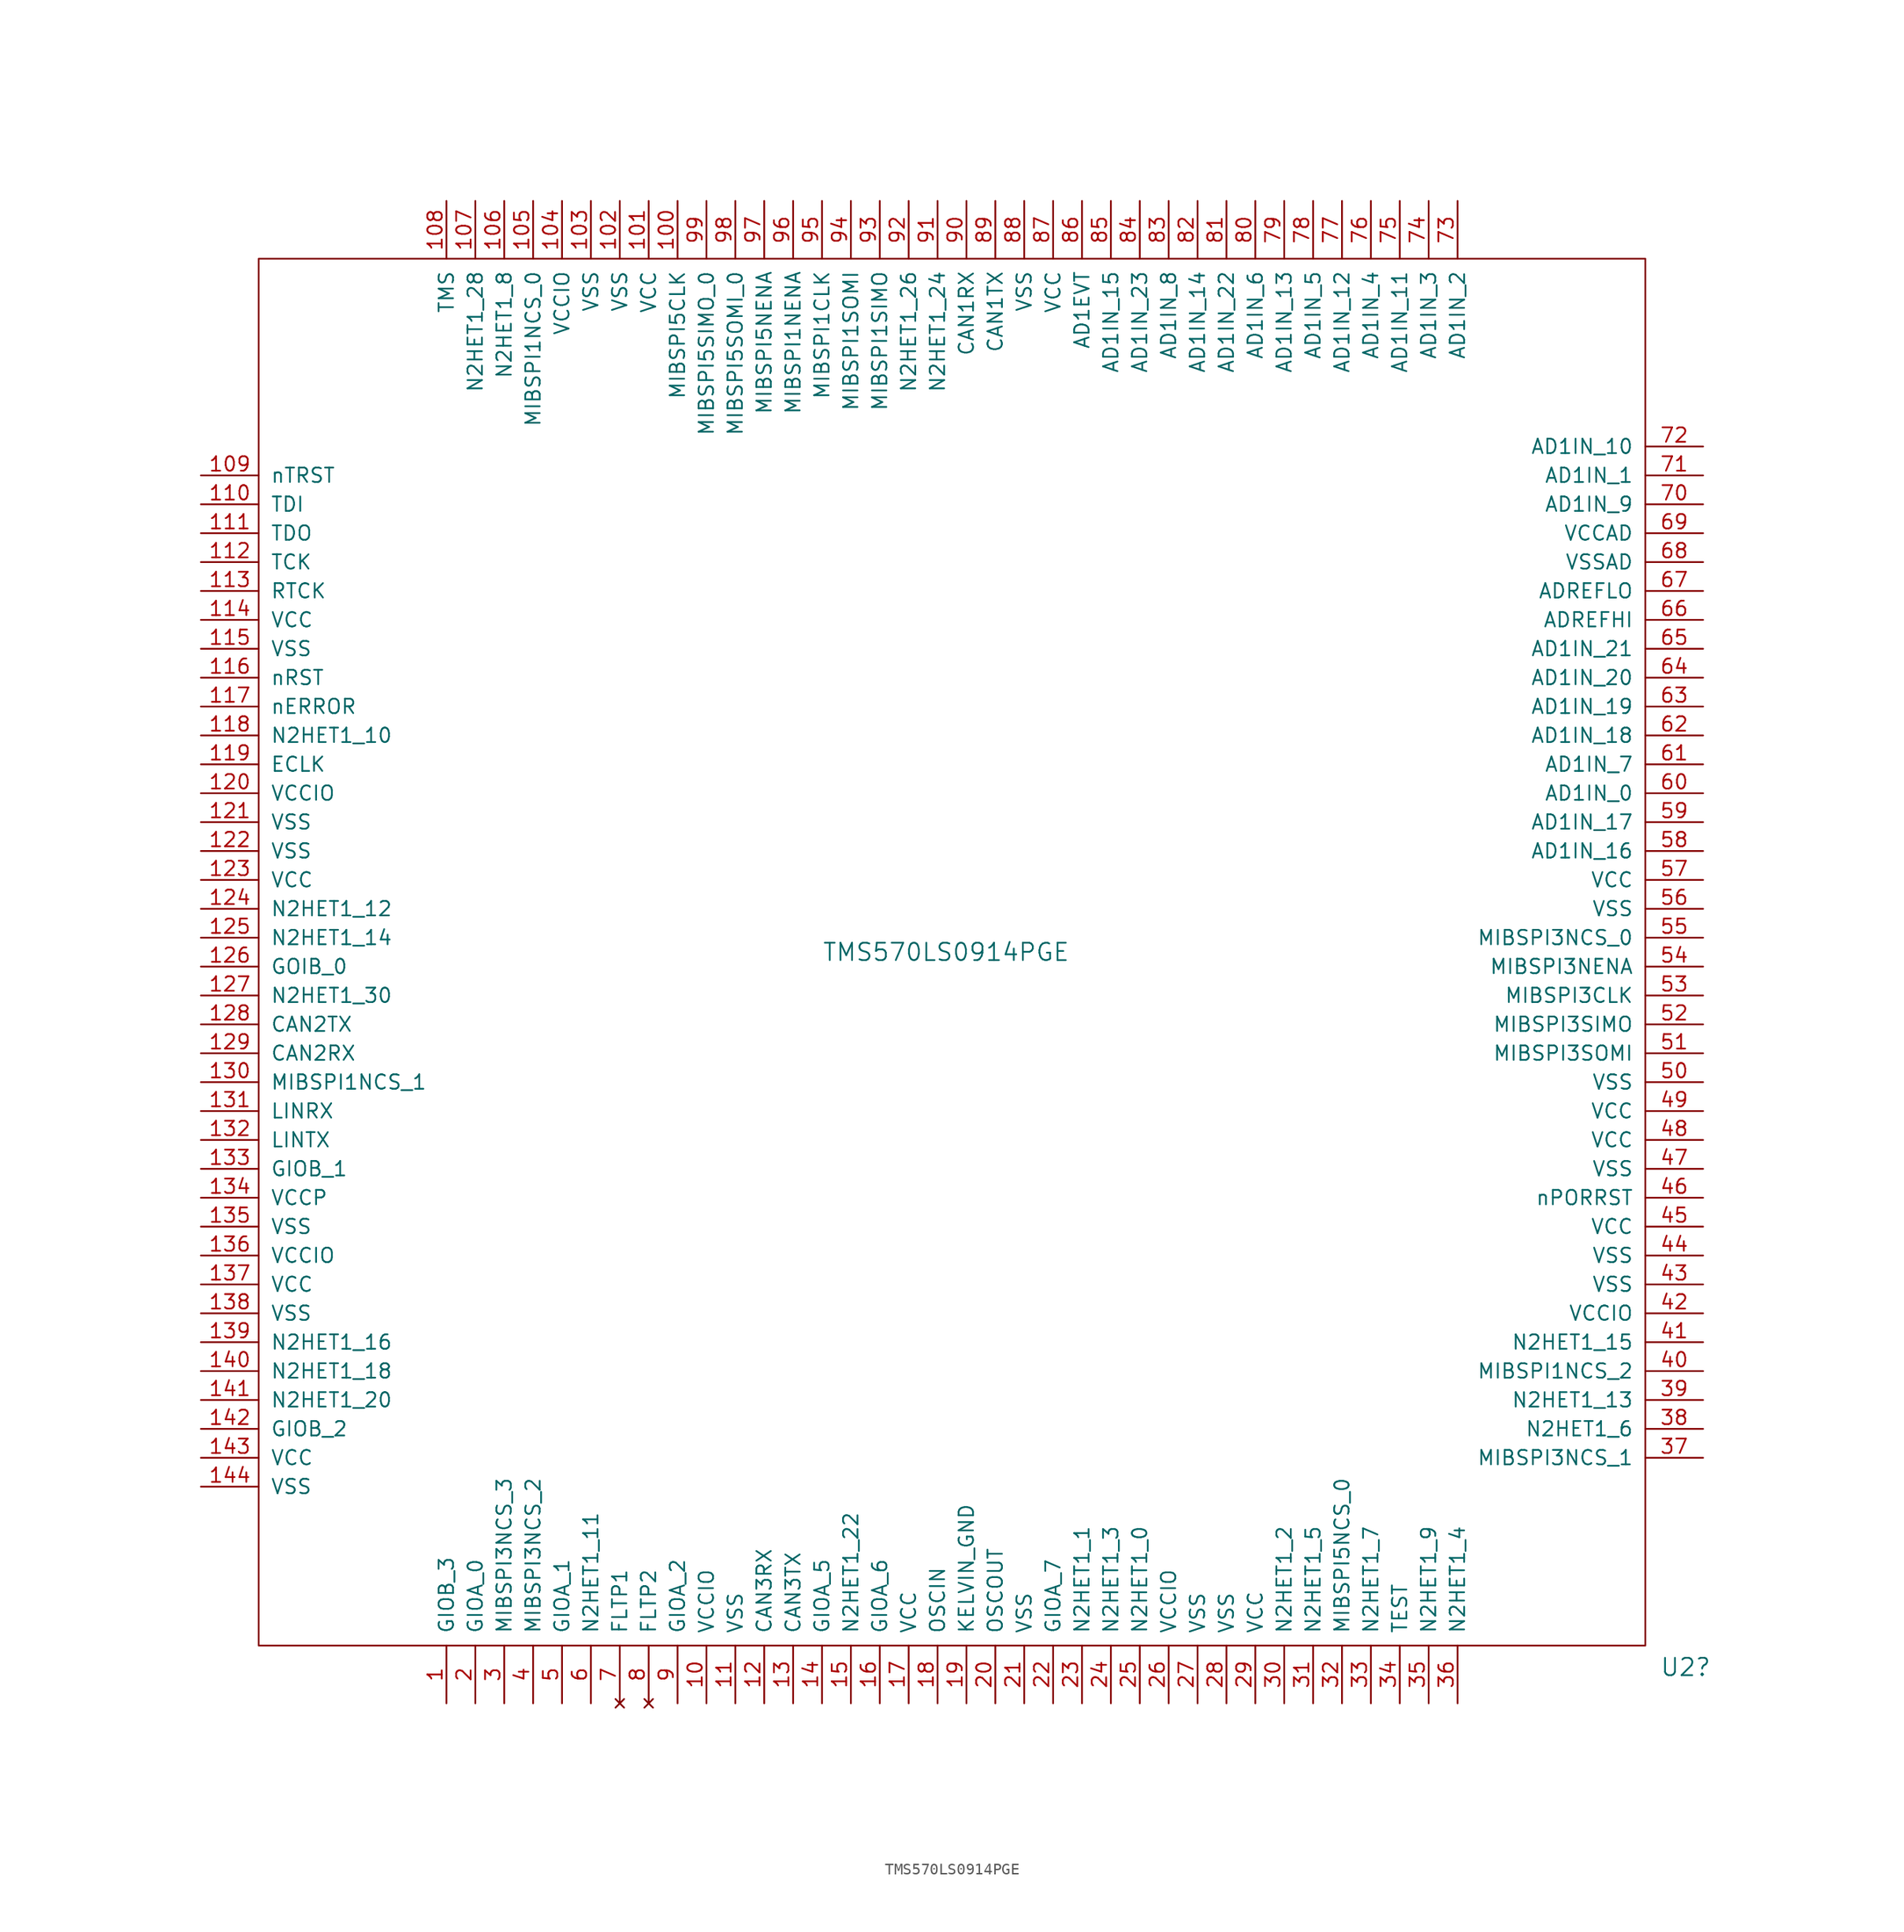
<source format=kicad_sym>
(kicad_symbol_lib
  (version 20220914)
  (generator kicad_symbol_editor)
  (symbol "TMS570LS0914PGE"
    (pin_names
      (offset 1.016))
    (property "Reference" "U2"
      (at 62.23 -62.865 0)
      (effects (font (size 1.524 1.524)) (justify left)))
    (property "Value" "TMS570LS0914PGE"
      (at -11.43 0 0)
      (effects (font (size 1.524 1.524)) (justify left)))
    (symbol "TMS570LS0914PGE_0_1"
      (rectangle (start -60.96 -60.96) (end 60.96 60.96) (stroke (width 0) (type default)) (fill (type none))))
    (symbol "TMS570LS0914PGE_1_1"
      (pin bidirectional line (at -44.45 -66.04 90) (length 5.08) (name "GIOB_3" (effects (font (size 1.27 1.27)))) (number "1" (effects (font (size 1.27 1.27)))))
      (pin power_in line (at -21.59 -66.04 90) (length 5.08) (name "VCCIO" (effects (font (size 1.27 1.27)))) (number "10" (effects (font (size 1.27 1.27)))))
      (pin bidirectional line (at -24.13 66.04 270) (length 5.08) (name "MIBSPI5CLK" (effects (font (size 1.27 1.27)))) (number "100" (effects (font (size 1.27 1.27)))))
      (pin input line (at -26.67 66.04 270) (length 5.08) (name "VCC" (effects (font (size 1.27 1.27)))) (number "101" (effects (font (size 1.27 1.27)))))
      (pin input line (at -29.21 66.04 270) (length 5.08) (name "VSS" (effects (font (size 1.27 1.27)))) (number "102" (effects (font (size 1.27 1.27)))))
      (pin input line (at -31.75 66.04 270) (length 5.08) (name "VSS" (effects (font (size 1.27 1.27)))) (number "103" (effects (font (size 1.27 1.27)))))
      (pin input line (at -34.29 66.04 270) (length 5.08) (name "VCCIO" (effects (font (size 1.27 1.27)))) (number "104" (effects (font (size 1.27 1.27)))))
      (pin bidirectional line (at -36.83 66.04 270) (length 5.08) (name "MIBSPI1NCS_0" (effects (font (size 1.27 1.27)))) (number "105" (effects (font (size 1.27 1.27)))))
      (pin bidirectional line (at -39.37 66.04 270) (length 5.08) (name "N2HET1_8" (effects (font (size 1.27 1.27)))) (number "106" (effects (font (size 1.27 1.27)))))
      (pin bidirectional line (at -41.91 66.04 270) (length 5.08) (name "N2HET1_28" (effects (font (size 1.27 1.27)))) (number "107" (effects (font (size 1.27 1.27)))))
      (pin input line (at -44.45 66.04 270) (length 5.08) (name "TMS" (effects (font (size 1.27 1.27)))) (number "108" (effects (font (size 1.27 1.27)))))
      (pin input line (at -66.04 41.91 0) (length 5.08) (name "nTRST" (effects (font (size 1.27 1.27)))) (number "109" (effects (font (size 1.27 1.27)))))
      (pin passive line (at -19.05 -66.04 90) (length 5.08) (name "VSS" (effects (font (size 1.27 1.27)))) (number "11" (effects (font (size 1.27 1.27)))))
      (pin input line (at -66.04 39.37 0) (length 5.08) (name "TDI" (effects (font (size 1.27 1.27)))) (number "110" (effects (font (size 1.27 1.27)))))
      (pin output line (at -66.04 36.83 0) (length 5.08) (name "TDO" (effects (font (size 1.27 1.27)))) (number "111" (effects (font (size 1.27 1.27)))))
      (pin input line (at -66.04 34.29 0) (length 5.08) (name "TCK" (effects (font (size 1.27 1.27)))) (number "112" (effects (font (size 1.27 1.27)))))
      (pin output line (at -66.04 31.75 0) (length 5.08) (name "RTCK" (effects (font (size 1.27 1.27)))) (number "113" (effects (font (size 1.27 1.27)))))
      (pin input line (at -66.04 29.21 0) (length 5.08) (name "VCC" (effects (font (size 1.27 1.27)))) (number "114" (effects (font (size 1.27 1.27)))))
      (pin input line (at -66.04 26.67 0) (length 5.08) (name "VSS" (effects (font (size 1.27 1.27)))) (number "115" (effects (font (size 1.27 1.27)))))
      (pin input line (at -66.04 24.13 0) (length 5.08) (name "nRST" (effects (font (size 1.27 1.27)))) (number "116" (effects (font (size 1.27 1.27)))))
      (pin open_collector line (at -66.04 21.59 0) (length 5.08) (name "nERROR" (effects (font (size 1.27 1.27)))) (number "117" (effects (font (size 1.27 1.27)))))
      (pin bidirectional line (at -66.04 19.05 0) (length 5.08) (name "N2HET1_10" (effects (font (size 1.27 1.27)))) (number "118" (effects (font (size 1.27 1.27)))))
      (pin input line (at -66.04 16.51 0) (length 5.08) (name "ECLK" (effects (font (size 1.27 1.27)))) (number "119" (effects (font (size 1.27 1.27)))))
      (pin input line (at -16.51 -66.04 90) (length 5.08) (name "CAN3RX" (effects (font (size 1.27 1.27)))) (number "12" (effects (font (size 1.27 1.27)))))
      (pin input line (at -66.04 13.97 0) (length 5.08) (name "VCCIO" (effects (font (size 1.27 1.27)))) (number "120" (effects (font (size 1.27 1.27)))))
      (pin input line (at -66.04 11.43 0) (length 5.08) (name "VSS" (effects (font (size 1.27 1.27)))) (number "121" (effects (font (size 1.27 1.27)))))
      (pin input line (at -66.04 8.89 0) (length 5.08) (name "VSS" (effects (font (size 1.27 1.27)))) (number "122" (effects (font (size 1.27 1.27)))))
      (pin input line (at -66.04 6.35 0) (length 5.08) (name "VCC" (effects (font (size 1.27 1.27)))) (number "123" (effects (font (size 1.27 1.27)))))
      (pin bidirectional line (at -66.04 3.81 0) (length 5.08) (name "N2HET1_12" (effects (font (size 1.27 1.27)))) (number "124" (effects (font (size 1.27 1.27)))))
      (pin bidirectional line (at -66.04 1.27 0) (length 5.08) (name "N2HET1_14" (effects (font (size 1.27 1.27)))) (number "125" (effects (font (size 1.27 1.27)))))
      (pin bidirectional line (at -66.04 -1.27 0) (length 5.08) (name "GOIB_0" (effects (font (size 1.27 1.27)))) (number "126" (effects (font (size 1.27 1.27)))))
      (pin bidirectional line (at -66.04 -3.81 0) (length 5.08) (name "N2HET1_30" (effects (font (size 1.27 1.27)))) (number "127" (effects (font (size 1.27 1.27)))))
      (pin output line (at -66.04 -6.35 0) (length 5.08) (name "CAN2TX" (effects (font (size 1.27 1.27)))) (number "128" (effects (font (size 1.27 1.27)))))
      (pin input line (at -66.04 -8.89 0) (length 5.08) (name "CAN2RX" (effects (font (size 1.27 1.27)))) (number "129" (effects (font (size 1.27 1.27)))))
      (pin output line (at -13.97 -66.04 90) (length 5.08) (name "CAN3TX" (effects (font (size 1.27 1.27)))) (number "13" (effects (font (size 1.27 1.27)))))
      (pin bidirectional line (at -66.04 -11.43 0) (length 5.08) (name "MIBSPI1NCS_1" (effects (font (size 1.27 1.27)))) (number "130" (effects (font (size 1.27 1.27)))))
      (pin input line (at -66.04 -13.97 0) (length 5.08) (name "LINRX" (effects (font (size 1.27 1.27)))) (number "131" (effects (font (size 1.27 1.27)))))
      (pin output line (at -66.04 -16.51 0) (length 5.08) (name "LINTX" (effects (font (size 1.27 1.27)))) (number "132" (effects (font (size 1.27 1.27)))))
      (pin bidirectional line (at -66.04 -19.05 0) (length 5.08) (name "GIOB_1" (effects (font (size 1.27 1.27)))) (number "133" (effects (font (size 1.27 1.27)))))
      (pin input line (at -66.04 -21.59 0) (length 5.08) (name "VCCP" (effects (font (size 1.27 1.27)))) (number "134" (effects (font (size 1.27 1.27)))))
      (pin input line (at -66.04 -24.13 0) (length 5.08) (name "VSS" (effects (font (size 1.27 1.27)))) (number "135" (effects (font (size 1.27 1.27)))))
      (pin input line (at -66.04 -26.67 0) (length 5.08) (name "VCCIO" (effects (font (size 1.27 1.27)))) (number "136" (effects (font (size 1.27 1.27)))))
      (pin input line (at -66.04 -29.21 0) (length 5.08) (name "VCC" (effects (font (size 1.27 1.27)))) (number "137" (effects (font (size 1.27 1.27)))))
      (pin input line (at -66.04 -31.75 0) (length 5.08) (name "VSS" (effects (font (size 1.27 1.27)))) (number "138" (effects (font (size 1.27 1.27)))))
      (pin bidirectional line (at -66.04 -34.29 0) (length 5.08) (name "N2HET1_16" (effects (font (size 1.27 1.27)))) (number "139" (effects (font (size 1.27 1.27)))))
      (pin bidirectional line (at -11.43 -66.04 90) (length 5.08) (name "GIOA_5" (effects (font (size 1.27 1.27)))) (number "14" (effects (font (size 1.27 1.27)))))
      (pin bidirectional line (at -66.04 -36.83 0) (length 5.08) (name "N2HET1_18" (effects (font (size 1.27 1.27)))) (number "140" (effects (font (size 1.27 1.27)))))
      (pin bidirectional line (at -66.04 -39.37 0) (length 5.08) (name "N2HET1_20" (effects (font (size 1.27 1.27)))) (number "141" (effects (font (size 1.27 1.27)))))
      (pin bidirectional line (at -66.04 -41.91 0) (length 5.08) (name "GIOB_2" (effects (font (size 1.27 1.27)))) (number "142" (effects (font (size 1.27 1.27)))))
      (pin input line (at -66.04 -44.45 0) (length 5.08) (name "VCC" (effects (font (size 1.27 1.27)))) (number "143" (effects (font (size 1.27 1.27)))))
      (pin input line (at -66.04 -46.99 0) (length 5.08) (name "VSS" (effects (font (size 1.27 1.27)))) (number "144" (effects (font (size 1.27 1.27)))))
      (pin bidirectional line (at -8.89 -66.04 90) (length 5.08) (name "N2HET1_22" (effects (font (size 1.27 1.27)))) (number "15" (effects (font (size 1.27 1.27)))))
      (pin bidirectional line (at -6.35 -66.04 90) (length 5.08) (name "GIOA_6" (effects (font (size 1.27 1.27)))) (number "16" (effects (font (size 1.27 1.27)))))
      (pin power_in line (at -3.81 -66.04 90) (length 5.08) (name "VCC" (effects (font (size 1.27 1.27)))) (number "17" (effects (font (size 1.27 1.27)))))
      (pin passive line (at -1.27 -66.04 90) (length 5.08) (name "OSCIN" (effects (font (size 1.27 1.27)))) (number "18" (effects (font (size 1.27 1.27)))))
      (pin passive line (at 1.27 -66.04 90) (length 5.08) (name "KELVIN_GND" (effects (font (size 1.27 1.27)))) (number "19" (effects (font (size 1.27 1.27)))))
      (pin bidirectional line (at -41.91 -66.04 90) (length 5.08) (name "GIOA_0" (effects (font (size 1.27 1.27)))) (number "2" (effects (font (size 1.27 1.27)))))
      (pin passive line (at 3.81 -66.04 90) (length 5.08) (name "OSCOUT" (effects (font (size 1.27 1.27)))) (number "20" (effects (font (size 1.27 1.27)))))
      (pin passive line (at 6.35 -66.04 90) (length 5.08) (name "VSS" (effects (font (size 1.27 1.27)))) (number "21" (effects (font (size 1.27 1.27)))))
      (pin bidirectional line (at 8.89 -66.04 90) (length 5.08) (name "GIOA_7" (effects (font (size 1.27 1.27)))) (number "22" (effects (font (size 1.27 1.27)))))
      (pin bidirectional line (at 11.43 -66.04 90) (length 5.08) (name "N2HET1_1" (effects (font (size 1.27 1.27)))) (number "23" (effects (font (size 1.27 1.27)))))
      (pin bidirectional line (at 13.97 -66.04 90) (length 5.08) (name "N2HET1_3" (effects (font (size 1.27 1.27)))) (number "24" (effects (font (size 1.27 1.27)))))
      (pin bidirectional line (at 16.51 -66.04 90) (length 5.08) (name "N2HET1_0" (effects (font (size 1.27 1.27)))) (number "25" (effects (font (size 1.27 1.27)))))
      (pin power_in line (at 19.05 -66.04 90) (length 5.08) (name "VCCIO" (effects (font (size 1.27 1.27)))) (number "26" (effects (font (size 1.27 1.27)))))
      (pin passive line (at 21.59 -66.04 90) (length 5.08) (name "VSS" (effects (font (size 1.27 1.27)))) (number "27" (effects (font (size 1.27 1.27)))))
      (pin passive line (at 24.13 -66.04 90) (length 5.08) (name "VSS" (effects (font (size 1.27 1.27)))) (number "28" (effects (font (size 1.27 1.27)))))
      (pin power_in line (at 26.67 -66.04 90) (length 5.08) (name "VCC" (effects (font (size 1.27 1.27)))) (number "29" (effects (font (size 1.27 1.27)))))
      (pin bidirectional line (at -39.37 -66.04 90) (length 5.08) (name "MIBSPI3NCS_3" (effects (font (size 1.27 1.27)))) (number "3" (effects (font (size 1.27 1.27)))))
      (pin bidirectional line (at 29.21 -66.04 90) (length 5.08) (name "N2HET1_2" (effects (font (size 1.27 1.27)))) (number "30" (effects (font (size 1.27 1.27)))))
      (pin bidirectional line (at 31.75 -66.04 90) (length 5.08) (name "N2HET1_5" (effects (font (size 1.27 1.27)))) (number "31" (effects (font (size 1.27 1.27)))))
      (pin bidirectional line (at 34.29 -66.04 90) (length 5.08) (name "MIBSPI5NCS_0" (effects (font (size 1.27 1.27)))) (number "32" (effects (font (size 1.27 1.27)))))
      (pin bidirectional line (at 36.83 -66.04 90) (length 5.08) (name "N2HET1_7" (effects (font (size 1.27 1.27)))) (number "33" (effects (font (size 1.27 1.27)))))
      (pin input line (at 39.37 -66.04 90) (length 5.08) (name "TEST" (effects (font (size 1.27 1.27)))) (number "34" (effects (font (size 1.27 1.27)))))
      (pin bidirectional line (at 41.91 -66.04 90) (length 5.08) (name "N2HET1_9" (effects (font (size 1.27 1.27)))) (number "35" (effects (font (size 1.27 1.27)))))
      (pin bidirectional line (at 44.45 -66.04 90) (length 5.08) (name "N2HET1_4" (effects (font (size 1.27 1.27)))) (number "36" (effects (font (size 1.27 1.27)))))
      (pin bidirectional line (at 66.04 -44.45 180) (length 5.08) (name "MIBSPI3NCS_1" (effects (font (size 1.27 1.27)))) (number "37" (effects (font (size 1.27 1.27)))))
      (pin bidirectional line (at 66.04 -41.91 180) (length 5.08) (name "N2HET1_6" (effects (font (size 1.27 1.27)))) (number "38" (effects (font (size 1.27 1.27)))))
      (pin bidirectional line (at 66.04 -39.37 180) (length 5.08) (name "N2HET1_13" (effects (font (size 1.27 1.27)))) (number "39" (effects (font (size 1.27 1.27)))))
      (pin bidirectional line (at -36.83 -66.04 90) (length 5.08) (name "MIBSPI3NCS_2" (effects (font (size 1.27 1.27)))) (number "4" (effects (font (size 1.27 1.27)))))
      (pin bidirectional line (at 66.04 -36.83 180) (length 5.08) (name "MIBSPI1NCS_2" (effects (font (size 1.27 1.27)))) (number "40" (effects (font (size 1.27 1.27)))))
      (pin bidirectional line (at 66.04 -34.29 180) (length 5.08) (name "N2HET1_15" (effects (font (size 1.27 1.27)))) (number "41" (effects (font (size 1.27 1.27)))))
      (pin power_in line (at 66.04 -31.75 180) (length 5.08) (name "VCCIO" (effects (font (size 1.27 1.27)))) (number "42" (effects (font (size 1.27 1.27)))))
      (pin input line (at 66.04 -29.21 180) (length 5.08) (name "VSS" (effects (font (size 1.27 1.27)))) (number "43" (effects (font (size 1.27 1.27)))))
      (pin input line (at 66.04 -26.67 180) (length 5.08) (name "VSS" (effects (font (size 1.27 1.27)))) (number "44" (effects (font (size 1.27 1.27)))))
      (pin input line (at 66.04 -24.13 180) (length 5.08) (name "VCC" (effects (font (size 1.27 1.27)))) (number "45" (effects (font (size 1.27 1.27)))))
      (pin input line (at 66.04 -21.59 180) (length 5.08) (name "nPORRST" (effects (font (size 1.27 1.27)))) (number "46" (effects (font (size 1.27 1.27)))))
      (pin input line (at 66.04 -19.05 180) (length 5.08) (name "VSS" (effects (font (size 1.27 1.27)))) (number "47" (effects (font (size 1.27 1.27)))))
      (pin input line (at 66.04 -16.51 180) (length 5.08) (name "VCC" (effects (font (size 1.27 1.27)))) (number "48" (effects (font (size 1.27 1.27)))))
      (pin input line (at 66.04 -13.97 180) (length 5.08) (name "VCC" (effects (font (size 1.27 1.27)))) (number "49" (effects (font (size 1.27 1.27)))))
      (pin bidirectional line (at -34.29 -66.04 90) (length 5.08) (name "GIOA_1" (effects (font (size 1.27 1.27)))) (number "5" (effects (font (size 1.27 1.27)))))
      (pin input line (at 66.04 -11.43 180) (length 5.08) (name "VSS" (effects (font (size 1.27 1.27)))) (number "50" (effects (font (size 1.27 1.27)))))
      (pin bidirectional line (at 66.04 -8.89 180) (length 5.08) (name "MIBSPI3SOMI" (effects (font (size 1.27 1.27)))) (number "51" (effects (font (size 1.27 1.27)))))
      (pin bidirectional line (at 66.04 -6.35 180) (length 5.08) (name "MIBSPI3SIMO" (effects (font (size 1.27 1.27)))) (number "52" (effects (font (size 1.27 1.27)))))
      (pin bidirectional line (at 66.04 -3.81 180) (length 5.08) (name "MIBSPI3CLK" (effects (font (size 1.27 1.27)))) (number "53" (effects (font (size 1.27 1.27)))))
      (pin bidirectional line (at 66.04 -1.27 180) (length 5.08) (name "MIBSPI3NENA" (effects (font (size 1.27 1.27)))) (number "54" (effects (font (size 1.27 1.27)))))
      (pin bidirectional line (at 66.04 1.27 180) (length 5.08) (name "MIBSPI3NCS_0" (effects (font (size 1.27 1.27)))) (number "55" (effects (font (size 1.27 1.27)))))
      (pin input line (at 66.04 3.81 180) (length 5.08) (name "VSS" (effects (font (size 1.27 1.27)))) (number "56" (effects (font (size 1.27 1.27)))))
      (pin input line (at 66.04 6.35 180) (length 5.08) (name "VCC" (effects (font (size 1.27 1.27)))) (number "57" (effects (font (size 1.27 1.27)))))
      (pin bidirectional line (at 66.04 8.89 180) (length 5.08) (name "AD1IN_16" (effects (font (size 1.27 1.27)))) (number "58" (effects (font (size 1.27 1.27)))))
      (pin bidirectional line (at 66.04 11.43 180) (length 5.08) (name "AD1IN_17" (effects (font (size 1.27 1.27)))) (number "59" (effects (font (size 1.27 1.27)))))
      (pin bidirectional line (at -31.75 -66.04 90) (length 5.08) (name "N2HET1_11" (effects (font (size 1.27 1.27)))) (number "6" (effects (font (size 1.27 1.27)))))
      (pin bidirectional line (at 66.04 13.97 180) (length 5.08) (name "AD1IN_0" (effects (font (size 1.27 1.27)))) (number "60" (effects (font (size 1.27 1.27)))))
      (pin bidirectional line (at 66.04 16.51 180) (length 5.08) (name "AD1IN_7" (effects (font (size 1.27 1.27)))) (number "61" (effects (font (size 1.27 1.27)))))
      (pin bidirectional line (at 66.04 19.05 180) (length 5.08) (name "AD1IN_18" (effects (font (size 1.27 1.27)))) (number "62" (effects (font (size 1.27 1.27)))))
      (pin bidirectional line (at 66.04 21.59 180) (length 5.08) (name "AD1IN_19" (effects (font (size 1.27 1.27)))) (number "63" (effects (font (size 1.27 1.27)))))
      (pin bidirectional line (at 66.04 24.13 180) (length 5.08) (name "AD1IN_20" (effects (font (size 1.27 1.27)))) (number "64" (effects (font (size 1.27 1.27)))))
      (pin bidirectional line (at 66.04 26.67 180) (length 5.08) (name "AD1IN_21" (effects (font (size 1.27 1.27)))) (number "65" (effects (font (size 1.27 1.27)))))
      (pin input line (at 66.04 29.21 180) (length 5.08) (name "ADREFHI" (effects (font (size 1.27 1.27)))) (number "66" (effects (font (size 1.27 1.27)))))
      (pin input line (at 66.04 31.75 180) (length 5.08) (name "ADREFLO" (effects (font (size 1.27 1.27)))) (number "67" (effects (font (size 1.27 1.27)))))
      (pin input line (at 66.04 34.29 180) (length 5.08) (name "VSSAD" (effects (font (size 1.27 1.27)))) (number "68" (effects (font (size 1.27 1.27)))))
      (pin input line (at 66.04 36.83 180) (length 5.08) (name "VCCAD" (effects (font (size 1.27 1.27)))) (number "69" (effects (font (size 1.27 1.27)))))
      (pin no_connect line (at -29.21 -66.04 90) (length 5.08) (name "FLTP1" (effects (font (size 1.27 1.27)))) (number "7" (effects (font (size 1.27 1.27)))))
      (pin bidirectional line (at 66.04 39.37 180) (length 5.08) (name "AD1IN_9" (effects (font (size 1.27 1.27)))) (number "70" (effects (font (size 1.27 1.27)))))
      (pin bidirectional line (at 66.04 41.91 180) (length 5.08) (name "AD1IN_1" (effects (font (size 1.27 1.27)))) (number "71" (effects (font (size 1.27 1.27)))))
      (pin bidirectional line (at 66.04 44.45 180) (length 5.08) (name "AD1IN_10" (effects (font (size 1.27 1.27)))) (number "72" (effects (font (size 1.27 1.27)))))
      (pin bidirectional line (at 44.45 66.04 270) (length 5.08) (name "AD1IN_2" (effects (font (size 1.27 1.27)))) (number "73" (effects (font (size 1.27 1.27)))))
      (pin bidirectional line (at 41.91 66.04 270) (length 5.08) (name "AD1IN_3" (effects (font (size 1.27 1.27)))) (number "74" (effects (font (size 1.27 1.27)))))
      (pin bidirectional line (at 39.37 66.04 270) (length 5.08) (name "AD1IN_11" (effects (font (size 1.27 1.27)))) (number "75" (effects (font (size 1.27 1.27)))))
      (pin bidirectional line (at 36.83 66.04 270) (length 5.08) (name "AD1IN_4" (effects (font (size 1.27 1.27)))) (number "76" (effects (font (size 1.27 1.27)))))
      (pin bidirectional line (at 34.29 66.04 270) (length 5.08) (name "AD1IN_12" (effects (font (size 1.27 1.27)))) (number "77" (effects (font (size 1.27 1.27)))))
      (pin bidirectional line (at 31.75 66.04 270) (length 5.08) (name "AD1IN_5" (effects (font (size 1.27 1.27)))) (number "78" (effects (font (size 1.27 1.27)))))
      (pin bidirectional line (at 29.21 66.04 270) (length 5.08) (name "AD1IN_13" (effects (font (size 1.27 1.27)))) (number "79" (effects (font (size 1.27 1.27)))))
      (pin no_connect line (at -26.67 -66.04 90) (length 5.08) (name "FLTP2" (effects (font (size 1.27 1.27)))) (number "8" (effects (font (size 1.27 1.27)))))
      (pin bidirectional line (at 26.67 66.04 270) (length 5.08) (name "AD1IN_6" (effects (font (size 1.27 1.27)))) (number "80" (effects (font (size 1.27 1.27)))))
      (pin bidirectional line (at 24.13 66.04 270) (length 5.08) (name "AD1IN_22" (effects (font (size 1.27 1.27)))) (number "81" (effects (font (size 1.27 1.27)))))
      (pin bidirectional line (at 21.59 66.04 270) (length 5.08) (name "AD1IN_14" (effects (font (size 1.27 1.27)))) (number "82" (effects (font (size 1.27 1.27)))))
      (pin bidirectional line (at 19.05 66.04 270) (length 5.08) (name "AD1IN_8" (effects (font (size 1.27 1.27)))) (number "83" (effects (font (size 1.27 1.27)))))
      (pin bidirectional line (at 16.51 66.04 270) (length 5.08) (name "AD1IN_23" (effects (font (size 1.27 1.27)))) (number "84" (effects (font (size 1.27 1.27)))))
      (pin bidirectional line (at 13.97 66.04 270) (length 5.08) (name "AD1IN_15" (effects (font (size 1.27 1.27)))) (number "85" (effects (font (size 1.27 1.27)))))
      (pin bidirectional line (at 11.43 66.04 270) (length 5.08) (name "AD1EVT" (effects (font (size 1.27 1.27)))) (number "86" (effects (font (size 1.27 1.27)))))
      (pin input line (at 8.89 66.04 270) (length 5.08) (name "VCC" (effects (font (size 1.27 1.27)))) (number "87" (effects (font (size 1.27 1.27)))))
      (pin input line (at 6.35 66.04 270) (length 5.08) (name "VSS" (effects (font (size 1.27 1.27)))) (number "88" (effects (font (size 1.27 1.27)))))
      (pin output line (at 3.81 66.04 270) (length 5.08) (name "CAN1TX" (effects (font (size 1.27 1.27)))) (number "89" (effects (font (size 1.27 1.27)))))
      (pin bidirectional line (at -24.13 -66.04 90) (length 5.08) (name "GIOA_2" (effects (font (size 1.27 1.27)))) (number "9" (effects (font (size 1.27 1.27)))))
      (pin input line (at 1.27 66.04 270) (length 5.08) (name "CAN1RX" (effects (font (size 1.27 1.27)))) (number "90" (effects (font (size 1.27 1.27)))))
      (pin bidirectional line (at -1.27 66.04 270) (length 5.08) (name "N2HET1_24" (effects (font (size 1.27 1.27)))) (number "91" (effects (font (size 1.27 1.27)))))
      (pin bidirectional line (at -3.81 66.04 270) (length 5.08) (name "N2HET1_26" (effects (font (size 1.27 1.27)))) (number "92" (effects (font (size 1.27 1.27)))))
      (pin bidirectional line (at -6.35 66.04 270) (length 5.08) (name "MIBSPI1SIMO" (effects (font (size 1.27 1.27)))) (number "93" (effects (font (size 1.27 1.27)))))
      (pin bidirectional line (at -8.89 66.04 270) (length 5.08) (name "MIBSPI1SOMI" (effects (font (size 1.27 1.27)))) (number "94" (effects (font (size 1.27 1.27)))))
      (pin bidirectional line (at -11.43 66.04 270) (length 5.08) (name "MIBSPI1CLK" (effects (font (size 1.27 1.27)))) (number "95" (effects (font (size 1.27 1.27)))))
      (pin bidirectional line (at -13.97 66.04 270) (length 5.08) (name "MIBSPI1NENA" (effects (font (size 1.27 1.27)))) (number "96" (effects (font (size 1.27 1.27)))))
      (pin bidirectional line (at -16.51 66.04 270) (length 5.08) (name "MIBSPI5NENA" (effects (font (size 1.27 1.27)))) (number "97" (effects (font (size 1.27 1.27)))))
      (pin bidirectional line (at -19.05 66.04 270) (length 5.08) (name "MIBSPI5SOMI_0" (effects (font (size 1.27 1.27)))) (number "98" (effects (font (size 1.27 1.27)))))
      (pin bidirectional line (at -21.59 66.04 270) (length 5.08) (name "MIBSPI5SIMO_0" (effects (font (size 1.27 1.27)))) (number "99" (effects (font (size 1.27 1.27))))))))
</source>
